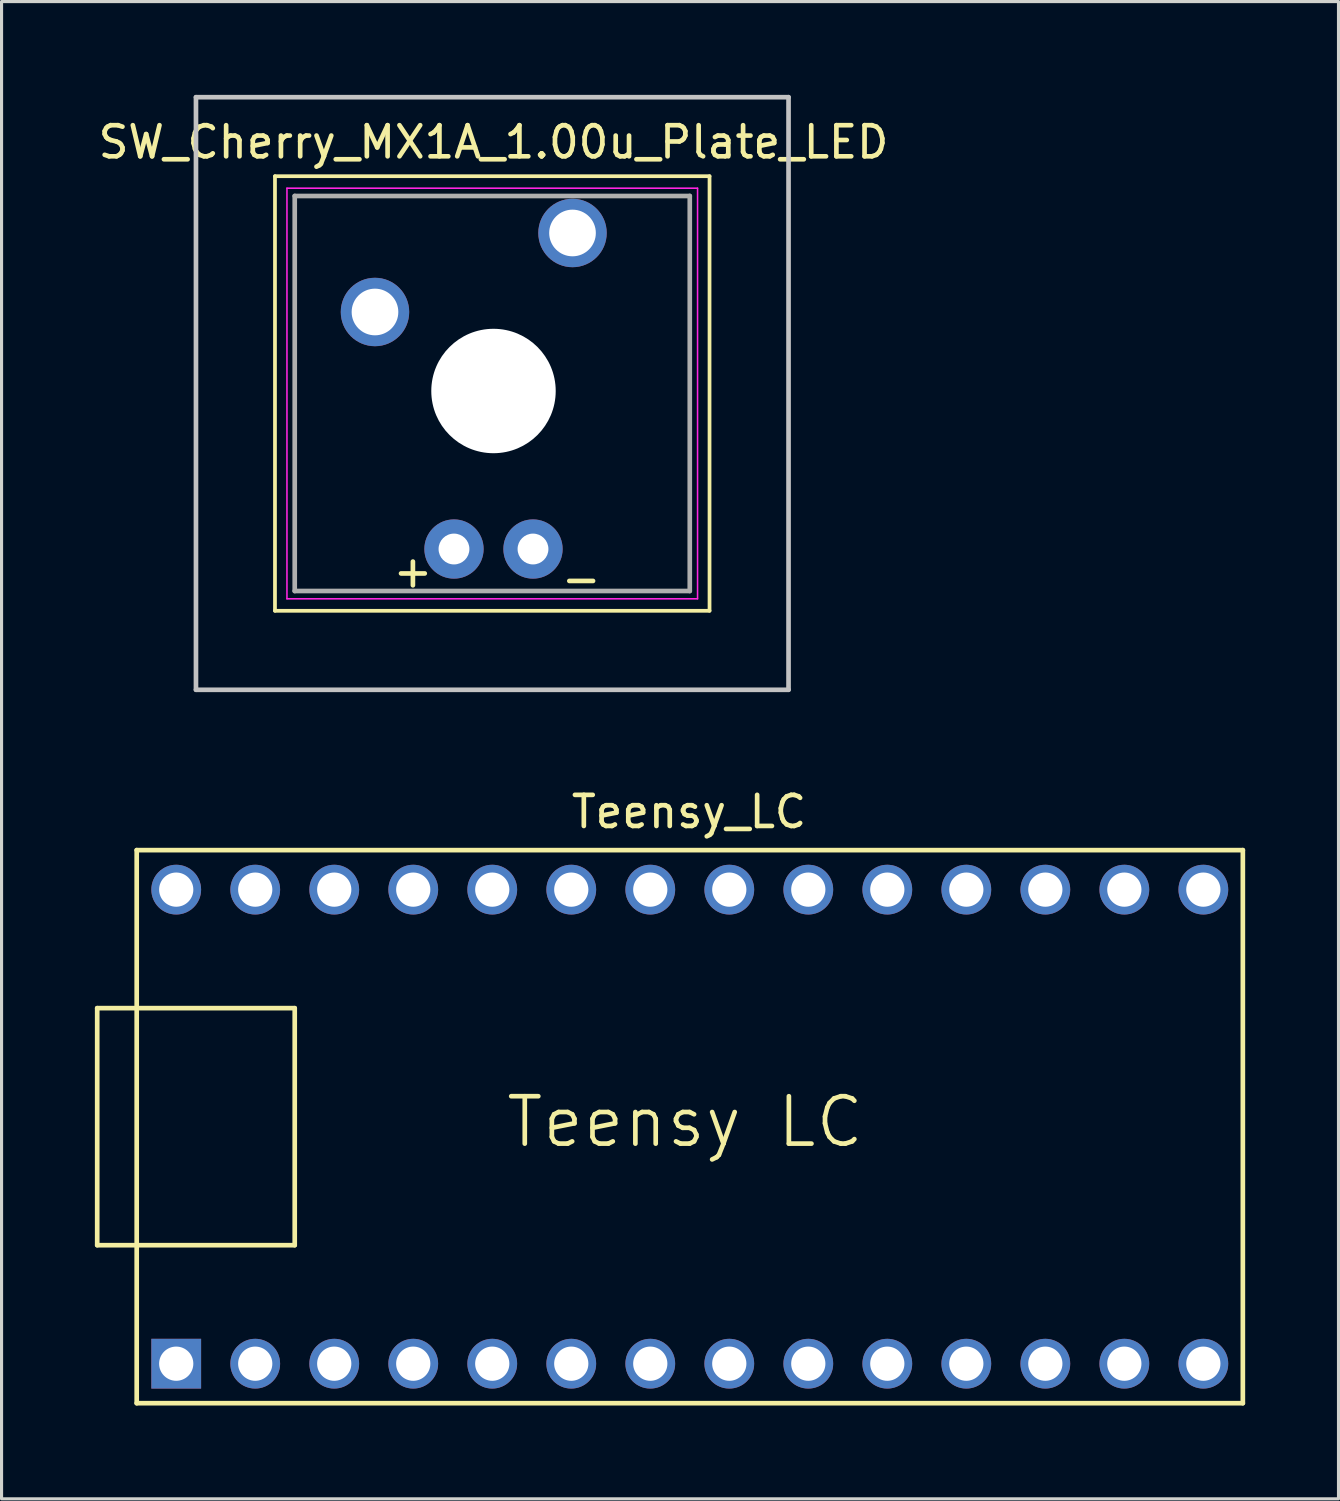
<source format=kicad_pcb>
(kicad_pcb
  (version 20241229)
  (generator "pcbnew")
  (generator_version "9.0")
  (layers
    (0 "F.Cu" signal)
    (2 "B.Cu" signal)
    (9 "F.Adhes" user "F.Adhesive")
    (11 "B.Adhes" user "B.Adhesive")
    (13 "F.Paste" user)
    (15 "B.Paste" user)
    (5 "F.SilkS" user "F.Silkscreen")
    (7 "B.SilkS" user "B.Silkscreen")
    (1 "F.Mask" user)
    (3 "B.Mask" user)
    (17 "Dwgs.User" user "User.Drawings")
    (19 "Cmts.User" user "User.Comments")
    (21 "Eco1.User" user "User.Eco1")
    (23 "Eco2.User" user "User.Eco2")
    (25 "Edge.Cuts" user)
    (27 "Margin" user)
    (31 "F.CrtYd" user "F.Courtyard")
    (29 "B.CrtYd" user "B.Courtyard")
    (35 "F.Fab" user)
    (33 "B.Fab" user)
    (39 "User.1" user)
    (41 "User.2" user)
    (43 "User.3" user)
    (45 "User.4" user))
  (footprint "Teensy_LC"
    (layer "F.Cu")
    (at 19.125 33.17)
    (property "Reference" "Teensy_LC" (at -0.025 -10.122 0) (layer "F.SilkS") (effects (font (size 1 1) (thickness 0.15))))
    (attr through_hole)
    (fp_line (start -19.05 -3.81) (end -17.78 -3.81) (stroke (width 0.15) (type solid)) (layer "F.SilkS"))
    (fp_line (start -19.05 3.81) (end -19.05 -3.81) (stroke (width 0.15) (type solid)) (layer "F.SilkS"))
    (fp_line (start -17.78 -8.89) (end 17.78 -8.89) (stroke (width 0.15) (type solid)) (layer "F.SilkS"))
    (fp_line (start -17.78 3.81) (end -19.05 3.81) (stroke (width 0.15) (type solid)) (layer "F.SilkS"))
    (fp_line (start -17.78 8.89) (end -17.78 -8.89) (stroke (width 0.15) (type solid)) (layer "F.SilkS"))
    (fp_line (start -12.7 -3.81) (end -17.78 -3.81) (stroke (width 0.15) (type solid)) (layer "F.SilkS"))
    (fp_line (start -12.7 3.81) (end -17.78 3.81) (stroke (width 0.15) (type solid)) (layer "F.SilkS"))
    (fp_line (start -12.7 3.81) (end -12.7 -3.81) (stroke (width 0.15) (type solid)) (layer "F.SilkS"))
    (fp_line (start 17.78 -8.89) (end 17.78 8.89) (stroke (width 0.15) (type solid)) (layer "F.SilkS"))
    (fp_line (start 17.78 8.89) (end -17.78 8.89) (stroke (width 0.15) (type solid)) (layer "F.SilkS"))
    (fp_text user "Teensy LC" (at -0.152 -0.152 0) (layer "F.SilkS") (effects (font (size 1.524 1.524) (thickness 0.15))))
    (pad "1" thru_hole rect (at -16.51 7.62) (size 1.6 1.6) (drill 1.1) (layers "*.Cu" "*.Mask"))
    (pad "2" thru_hole circle (at -13.97 7.62) (size 1.6 1.6) (drill 1.1) (layers "*.Cu" "*.Mask"))
    (pad "3" thru_hole circle (at -11.43 7.62) (size 1.6 1.6) (drill 1.1) (layers "*.Cu" "*.Mask"))
    (pad "4" thru_hole circle (at -8.89 7.62) (size 1.6 1.6) (drill 1.1) (layers "*.Cu" "*.Mask"))
    (pad "5" thru_hole circle (at -6.35 7.62) (size 1.6 1.6) (drill 1.1) (layers "*.Cu" "*.Mask"))
    (pad "6" thru_hole circle (at -3.81 7.62) (size 1.6 1.6) (drill 1.1) (layers "*.Cu" "*.Mask"))
    (pad "7" thru_hole circle (at -1.27 7.62) (size 1.6 1.6) (drill 1.1) (layers "*.Cu" "*.Mask"))
    (pad "8" thru_hole circle (at 1.27 7.62) (size 1.6 1.6) (drill 1.1) (layers "*.Cu" "*.Mask"))
    (pad "9" thru_hole circle (at 3.81 7.62) (size 1.6 1.6) (drill 1.1) (layers "*.Cu" "*.Mask"))
    (pad "10" thru_hole circle (at 6.35 7.62) (size 1.6 1.6) (drill 1.1) (layers "*.Cu" "*.Mask"))
    (pad "11" thru_hole circle (at 8.89 7.62) (size 1.6 1.6) (drill 1.1) (layers "*.Cu" "*.Mask"))
    (pad "12" thru_hole circle (at 11.43 7.62) (size 1.6 1.6) (drill 1.1) (layers "*.Cu" "*.Mask"))
    (pad "13" thru_hole circle (at 13.97 7.62) (size 1.6 1.6) (drill 1.1) (layers "*.Cu" "*.Mask"))
    (pad "14" thru_hole circle (at 16.51 7.62) (size 1.6 1.6) (drill 1.1) (layers "*.Cu" "*.Mask"))
    (pad "15" thru_hole circle (at 16.51 -7.62) (size 1.6 1.6) (drill 1.1) (layers "*.Cu" "*.Mask"))
    (pad "16" thru_hole circle (at 13.97 -7.62) (size 1.6 1.6) (drill 1.1) (layers "*.Cu" "*.Mask"))
    (pad "17" thru_hole circle (at 11.43 -7.62) (size 1.6 1.6) (drill 1.1) (layers "*.Cu" "*.Mask"))
    (pad "18" thru_hole circle (at 8.89 -7.62) (size 1.6 1.6) (drill 1.1) (layers "*.Cu" "*.Mask"))
    (pad "19" thru_hole circle (at 6.35 -7.62) (size 1.6 1.6) (drill 1.1) (layers "*.Cu" "*.Mask"))
    (pad "20" thru_hole circle (at 3.81 -7.62) (size 1.6 1.6) (drill 1.1) (layers "*.Cu" "*.Mask"))
    (pad "21" thru_hole circle (at 1.27 -7.62) (size 1.6 1.6) (drill 1.1) (layers "*.Cu" "*.Mask"))
    (pad "22" thru_hole circle (at -1.27 -7.62) (size 1.6 1.6) (drill 1.1) (layers "*.Cu" "*.Mask"))
    (pad "23" thru_hole circle (at -3.81 -7.62) (size 1.6 1.6) (drill 1.1) (layers "*.Cu" "*.Mask"))
    (pad "24" thru_hole circle (at -6.35 -7.62) (size 1.6 1.6) (drill 1.1) (layers "*.Cu" "*.Mask"))
    (pad "25" thru_hole circle (at -8.89 -7.62) (size 1.6 1.6) (drill 1.1) (layers "*.Cu" "*.Mask"))
    (pad "26" thru_hole circle (at -11.43 -7.62) (size 1.6 1.6) (drill 1.1) (layers "*.Cu" "*.Mask"))
    (pad "27" thru_hole circle (at -13.97 -7.62) (size 1.6 1.6) (drill 1.1) (layers "*.Cu" "*.Mask"))
    (pad "28" thru_hole circle (at -16.51 -7.62) (size 1.6 1.6) (drill 1.1) (layers "*.Cu" "*.Mask")))
  (footprint "SW_Cherry_MX1A_1.00u_Plate_LED"
    (layer "F.Cu")
    (at 12.815 9.52)
    (property "Reference" "SW_Cherry_MX1A_1.00u_Plate_LED" (at 0 -8 0) (layer "F.SilkS") (effects (font (size 1 1) (thickness 0.15))))
    (attr through_hole)
    (fp_line (start -7.025 -6.905) (end 6.945 -6.905) (stroke (width 0.12) (type solid)) (layer "F.SilkS"))
    (fp_line (start -7.025 7.065) (end -7.025 -6.905) (stroke (width 0.12) (type solid)) (layer "F.SilkS"))
    (fp_line (start 6.945 -6.905) (end 6.945 7.065) (stroke (width 0.12) (type solid)) (layer "F.SilkS"))
    (fp_line (start 6.945 7.065) (end -7.025 7.065) (stroke (width 0.12) (type solid)) (layer "F.SilkS"))
    (fp_line (start -9.565 -9.445) (end 9.485 -9.445) (stroke (width 0.15) (type solid)) (layer "Dwgs.User"))
    (fp_line (start -9.565 9.605) (end -9.565 -9.445) (stroke (width 0.15) (type solid)) (layer "Dwgs.User"))
    (fp_line (start 9.485 -9.445) (end 9.485 9.605) (stroke (width 0.15) (type solid)) (layer "Dwgs.User"))
    (fp_line (start 9.485 9.605) (end -9.565 9.605) (stroke (width 0.15) (type solid)) (layer "Dwgs.User"))
    (fp_line (start -6.64 -6.52) (end 6.56 -6.52) (stroke (width 0.05) (type solid)) (layer "F.CrtYd"))
    (fp_line (start -6.64 6.68) (end -6.64 -6.52) (stroke (width 0.05) (type solid)) (layer "F.CrtYd"))
    (fp_line (start 6.56 -6.52) (end 6.56 6.68) (stroke (width 0.05) (type solid)) (layer "F.CrtYd"))
    (fp_line (start 6.56 6.68) (end -6.64 6.68) (stroke (width 0.05) (type solid)) (layer "F.CrtYd"))
    (fp_line (start -6.39 -6.27) (end 6.31 -6.27) (stroke (width 0.15) (type solid)) (layer "F.Fab"))
    (fp_line (start -6.39 6.43) (end -6.39 -6.27) (stroke (width 0.15) (type solid)) (layer "F.Fab"))
    (fp_line (start 6.31 -6.27) (end 6.31 6.43) (stroke (width 0.15) (type solid)) (layer "F.Fab"))
    (fp_line (start 6.31 6.43) (end -6.39 6.43) (stroke (width 0.15) (type solid)) (layer "F.Fab"))
    (fp_text user "+" (at -2.591 5.791 0) (layer "F.SilkS") (effects (font (size 1 1) (thickness 0.15))))
    (fp_text user "-" (at 2.819 6.032 0) (layer "F.SilkS") (effects (font (size 1 1) (thickness 0.15))))
    (pad "" np_thru_hole circle (at 0 0) (size 4 4) (drill 4) (layers "*.Cu" "*.Mask"))
    (pad "1" thru_hole circle (at 2.54 -5.08) (size 2.2 2.2) (drill 1.5) (layers "*.Cu" "*.Mask"))
    (pad "2" thru_hole circle (at -3.81 -2.54) (size 2.2 2.2) (drill 1.5) (layers "*.Cu" "*.Mask"))
    (pad "3" thru_hole circle (at -1.27 5.08) (size 1.905 1.905) (drill 0.991) (layers "*.Cu" "*.Mask"))
    (pad "4" thru_hole circle (at 1.27 5.08) (size 1.905 1.905) (drill 0.991) (layers "*.Cu" "*.Mask")))
  (gr_rect
    (start -3 -3)
    (end 39.98 45.135)
    (stroke (width 0.1) (type default))
    (fill no)
    (layer "Edge.Cuts")))
</source>
